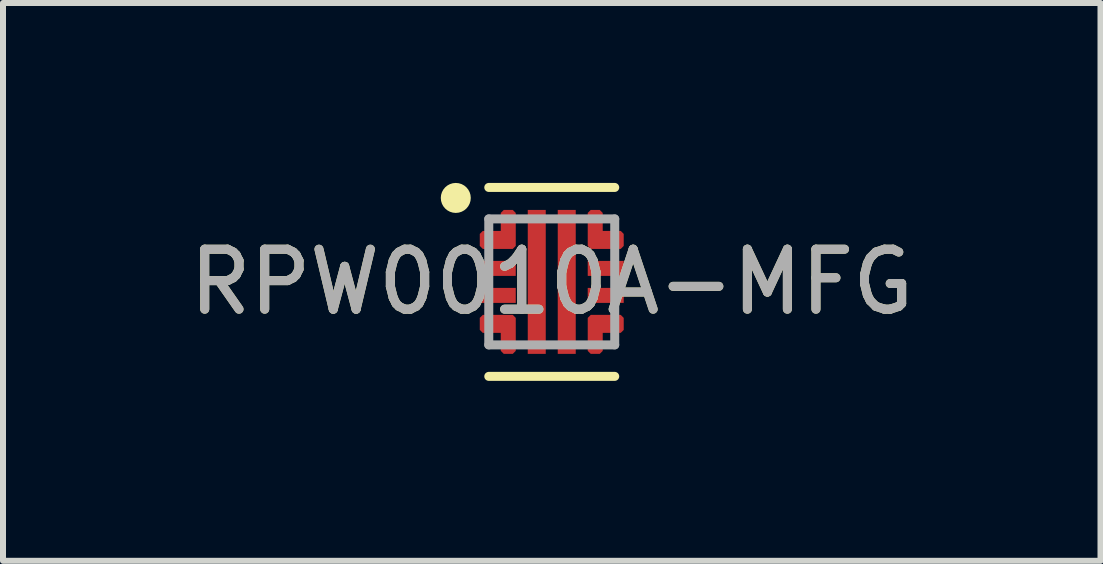
<source format=kicad_pcb>
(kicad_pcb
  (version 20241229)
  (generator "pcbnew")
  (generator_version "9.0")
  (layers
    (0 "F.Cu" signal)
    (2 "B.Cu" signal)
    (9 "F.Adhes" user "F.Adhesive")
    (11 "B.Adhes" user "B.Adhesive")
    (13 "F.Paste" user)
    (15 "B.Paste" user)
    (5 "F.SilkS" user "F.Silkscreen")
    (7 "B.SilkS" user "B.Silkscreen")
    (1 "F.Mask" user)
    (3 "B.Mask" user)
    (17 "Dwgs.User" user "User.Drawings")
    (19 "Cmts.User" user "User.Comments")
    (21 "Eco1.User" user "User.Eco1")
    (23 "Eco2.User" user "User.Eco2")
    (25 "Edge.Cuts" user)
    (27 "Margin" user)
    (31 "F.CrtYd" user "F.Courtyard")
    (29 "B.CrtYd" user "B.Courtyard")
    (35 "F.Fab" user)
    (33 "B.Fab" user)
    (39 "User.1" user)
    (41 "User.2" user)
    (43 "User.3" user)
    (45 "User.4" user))
  (footprint "RPW0010A-MFG"
    (layer "F.Cu")
    (at 6.149 1.65)
    (property "Reference" "RPW0010A-MFG" (at 0 0 0) (unlocked yes) (layer "F.SilkS") (effects (font (size 1 1) (thickness 0.15))))
    (attr smd)
    (fp_poly (pts (xy -0.85 0.85) (xy -1.15 0.85) (xy -1.2 0.8) (xy -1.2 0.6) (xy -1.15 0.55) (xy -0.65 0.55) (xy -0.6 0.6) (xy -0.6 1.15) (xy -0.65 1.2) (xy -0.8 1.2) (xy -0.85 1.15)) (stroke (width 0) (type solid)) (fill yes) (layer "F.Mask"))
    (fp_poly (pts (xy 0.85 -0.85) (xy 1.15 -0.85) (xy 1.2 -0.8) (xy 1.2 -0.6) (xy 1.15 -0.55) (xy 0.65 -0.55) (xy 0.6 -0.6) (xy 0.6 -1.15) (xy 0.65 -1.2) (xy 0.8 -1.2) (xy 0.85 -1.15)) (stroke (width 0) (type solid)) (fill yes) (layer "F.Mask"))
    (fp_line (start -1.05 -1.575) (end 1.05 -1.575) (stroke (width 0.15) (type solid)) (layer "F.SilkS"))
    (fp_line (start -1.05 1.575) (end 1.05 1.575) (stroke (width 0.15) (type solid)) (layer "F.SilkS"))
    (fp_circle (center -1.6 -1.4) (end -1.475 -1.4) (stroke (width 0.25) (type solid)) (fill no) (layer "F.SilkS"))
    (fp_poly (pts (xy -0.34 1.16) (xy -0.39 1.11) (xy -0.39 0.15) (xy -0.34 0.1) (xy -0.16 0.1) (xy -0.11 0.15) (xy -0.11 1.11) (xy -0.16 1.16)) (stroke (width 0) (type solid)) (fill yes) (layer "F.Paste"))
    (fp_poly (pts (xy -0.11 -1.11) (xy -0.11 -0.15) (xy -0.16 -0.1) (xy -0.34 -0.1) (xy -0.39 -0.15) (xy -0.39 -1.11) (xy -0.34 -1.16) (xy -0.16 -1.16)) (stroke (width 0) (type solid)) (fill yes) (layer "F.Paste"))
    (fp_poly (pts (xy 0.39 -0.15) (xy 0.34 -0.1) (xy 0.16 -0.1) (xy 0.11 -0.15) (xy 0.11 -1.11) (xy 0.16 -1.16) (xy 0.34 -1.16) (xy 0.39 -1.11)) (stroke (width 0) (type solid)) (fill yes) (layer "F.Paste"))
    (fp_poly (pts (xy 0.39 1.11) (xy 0.34 1.16) (xy 0.16 1.16) (xy 0.11 1.11) (xy 0.11 0.15) (xy 0.16 0.1) (xy 0.34 0.1) (xy 0.39 0.15)) (stroke (width 0) (type solid)) (fill yes) (layer "F.Paste"))
    (fp_poly (pts (xy -0.825 -0.825) (xy -0.825 -1.15) (xy -0.775 -1.2) (xy -0.65 -1.2) (xy -0.6 -1.15) (xy -0.6 -0.6) (xy -0.65 -0.55) (xy -1.15 -0.55) (xy -1.2 -0.6) (xy -1.2 -0.775) (xy -1.15 -0.825)) (stroke (width 0) (type solid)) (fill yes) (layer "F.Paste"))
    (fp_poly (pts (xy -0.825 0.825) (xy -0.825 1.15) (xy -0.775 1.2) (xy -0.65 1.2) (xy -0.6 1.15) (xy -0.6 0.6) (xy -0.65 0.55) (xy -1.15 0.55) (xy -1.2 0.6) (xy -1.2 0.775) (xy -1.15 0.825)) (stroke (width 0) (type solid)) (fill yes) (layer "F.Paste"))
    (fp_poly (pts (xy 0.825 -0.825) (xy 0.825 -1.15) (xy 0.775 -1.2) (xy 0.65 -1.2) (xy 0.6 -1.15) (xy 0.6 -0.6) (xy 0.65 -0.55) (xy 1.15 -0.55) (xy 1.2 -0.6) (xy 1.2 -0.775) (xy 1.15 -0.825)) (stroke (width 0) (type solid)) (fill yes) (layer "F.Paste"))
    (fp_poly (pts (xy 0.825 0.825) (xy 0.825 1.15) (xy 0.775 1.2) (xy 0.65 1.2) (xy 0.6 1.15) (xy 0.6 0.6) (xy 0.65 0.55) (xy 1.15 0.55) (xy 1.2 0.6) (xy 1.2 0.775) (xy 1.15 0.825)) (stroke (width 0) (type solid)) (fill yes) (layer "F.Paste"))
    (fp_line (start -1.05 -1.05) (end 1.05 -1.05) (stroke (width 0.15) (type solid)) (layer "F.Fab"))
    (fp_line (start -1.05 1.05) (end -1.05 -1.05) (stroke (width 0.15) (type solid)) (layer "F.Fab"))
    (fp_line (start -1.05 1.05) (end 1.05 1.05) (stroke (width 0.15) (type solid)) (layer "F.Fab"))
    (fp_line (start 1.05 1.05) (end 1.05 -1.05) (stroke (width 0.15) (type solid)) (layer "F.Fab"))
    (fp_text user "${REFERENCE}" (at 0 0 0) (unlocked yes) (layer "F.Fab") (effects (font (size 1 1) (thickness 0.15))))
    (pad "1" smd custom (at -0.75 -0.7) (size 0.27 0.27) (layers "F.Cu" "F.Mask") (options (anchor circle)) (primitives (gr_poly (pts (xy -0.1 -0.15) (xy -0.1 -0.45) (xy -0.05 -0.5) (xy 0.1 -0.5) (xy 0.15 -0.45) (xy 0.15 0.1) (xy 0.1 0.15) (xy -0.4 0.15) (xy -0.45 0.1) (xy -0.45 -0.1) (xy -0.4 -0.15)) (width 0) (fill yes))))
    (pad "2" smd rect (at -0.9 -0.225) (size 0.6 0.25) (layers "F.Cu" "F.Mask" "F.Paste"))
    (pad "3" smd rect (at -0.9 0.225) (size 0.6 0.25) (layers "F.Cu" "F.Mask" "F.Paste"))
    (pad "4" smd custom (at -0.75 0.75) (size 0.255 0.255) (layers "F.Cu" "F.Mask") (options (anchor circle)) (primitives (gr_poly (pts (xy -0.1 0.1) (xy -0.1 0.4) (xy -0.05 0.45) (xy 0.1 0.45) (xy 0.15 0.4) (xy 0.15 -0.15) (xy 0.1 -0.2) (xy -0.4 -0.2) (xy -0.45 -0.15) (xy -0.45 0.05) (xy -0.4 0.1)) (width 0) (fill yes))))
    (pad "5" smd rect (at -0.25 0) (size 0.3 2.4) (layers "F.Cu" "F.Mask"))
    (pad "6" smd rect (at 0.25 0) (size 0.3 2.4) (layers "F.Cu" "F.Mask"))
    (pad "7" smd custom (at 0.75 0.75) (size 0.255 0.255) (layers "F.Cu" "F.Mask") (options (anchor circle)) (primitives (gr_poly (pts (xy 0.1 0.1) (xy 0.1 0.4) (xy 0.05 0.45) (xy -0.1 0.45) (xy -0.15 0.4) (xy -0.15 -0.15) (xy -0.1 -0.2) (xy 0.4 -0.2) (xy 0.45 -0.15) (xy 0.45 0.05) (xy 0.4 0.1)) (width 0) (fill yes))))
    (pad "8" smd rect (at 0.9 0.225) (size 0.6 0.25) (layers "F.Cu" "F.Mask" "F.Paste"))
    (pad "9" smd rect (at 0.9 -0.225) (size 0.6 0.25) (layers "F.Cu" "F.Mask" "F.Paste"))
    (pad "10" smd custom (at 0.75 -0.7) (size 0.27 0.27) (layers "F.Cu" "F.Mask") (options (anchor circle)) (primitives (gr_poly (pts (xy 0.1 -0.15) (xy 0.1 -0.45) (xy 0.05 -0.5) (xy -0.1 -0.5) (xy -0.15 -0.45) (xy -0.15 0.1) (xy -0.1 0.15) (xy 0.4 0.15) (xy 0.45 0.1) (xy 0.45 -0.1) (xy 0.4 -0.15)) (width 0) (fill yes)))))
  (gr_rect
    (start -3 -3)
    (end 15.298 6.3)
    (stroke (width 0.1) (type default))
    (fill no)
    (layer "Edge.Cuts")))
</source>
